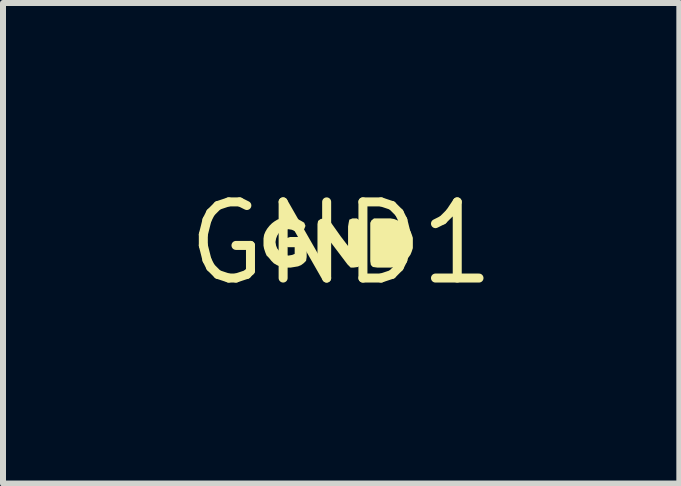
<source format=kicad_pcb>
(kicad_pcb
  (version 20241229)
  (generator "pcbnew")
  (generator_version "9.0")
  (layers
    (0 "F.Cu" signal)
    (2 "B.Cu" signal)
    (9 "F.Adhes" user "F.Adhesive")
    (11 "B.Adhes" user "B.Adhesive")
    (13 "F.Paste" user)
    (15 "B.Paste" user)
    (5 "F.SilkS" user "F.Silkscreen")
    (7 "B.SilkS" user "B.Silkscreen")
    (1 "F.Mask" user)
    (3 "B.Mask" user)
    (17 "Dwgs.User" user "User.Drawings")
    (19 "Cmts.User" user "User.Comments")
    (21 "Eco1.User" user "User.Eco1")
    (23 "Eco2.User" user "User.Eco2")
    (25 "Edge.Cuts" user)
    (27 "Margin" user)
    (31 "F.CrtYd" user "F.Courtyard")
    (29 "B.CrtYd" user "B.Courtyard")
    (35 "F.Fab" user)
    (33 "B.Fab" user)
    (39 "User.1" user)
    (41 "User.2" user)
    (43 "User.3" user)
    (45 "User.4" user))
  (footprint "GND1"
    (layer "F.Cu")
    (at 2.638 1.006)
    (property "Reference" "GND1" (at 0 0 0) (layer "F.SilkS") (effects (font (size 1.27 1.27) (thickness 0.15))))
    (fp_poly (pts (xy -0.217 -0.394) (xy -0.176 -0.353) (xy -0.006 -0.113) (xy 0.115 0.045) (xy 0.115 -0.28) (xy 0.125 -0.341) (xy 0.136 -0.394) (xy 0.189 -0.415) (xy 0.262 -0.415) (xy 0.304 -0.383) (xy 0.325 -0.331) (xy 0.325 0.3) (xy 0.315 0.362) (xy 0.282 0.395) (xy 0.21 0.405) (xy 0.158 0.405) (xy 0.106 0.353) (xy -0.195 -0.045) (xy -0.195 0.341) (xy -0.216 0.384) (xy -0.269 0.405) (xy -0.342 0.405) (xy -0.385 0.373) (xy -0.395 0.32) (xy -0.395 -0.32) (xy -0.385 -0.373) (xy -0.342 -0.405) (xy -0.28 -0.415)) (stroke (width 0) (type solid)) (fill yes) (layer "F.SilkS"))
    (fp_poly (pts (xy 0.881 -0.405) (xy 0.932 -0.385) (xy 0.982 -0.364) (xy 1.033 -0.334) (xy 1.083 -0.294) (xy 1.124 -0.253) (xy 1.154 -0.202) (xy 1.175 -0.152) (xy 1.195 -0.091) (xy 1.195 0.081) (xy 1.175 0.142) (xy 1.154 0.192) (xy 1.124 0.233) (xy 1.084 0.283) (xy 1.043 0.324) (xy 0.993 0.354) (xy 0.946 0.382) (xy 0.947 0.384) (xy 0.942 0.385) (xy 0.938 0.387) (xy 0.937 0.386) (xy 0.881 0.395) (xy 0.83 0.405) (xy 0.6 0.405) (xy 0.528 0.395) (xy 0.495 0.362) (xy 0.485 0.3) (xy 0.485 -0.341) (xy 0.506 -0.383) (xy 0.548 -0.415) (xy 0.82 -0.415)) (stroke (width 0) (type solid)) (fill yes) (layer "F.SilkS"))
    (fp_poly (pts (xy -0.779 -0.425) (xy -0.728 -0.405) (xy -0.668 -0.374) (xy -0.616 -0.343) (xy -0.595 -0.29) (xy -0.616 -0.237) (xy -0.667 -0.185) (xy -0.71 -0.175) (xy -0.821 -0.225) (xy -0.88 -0.235) (xy -0.939 -0.225) (xy -0.988 -0.206) (xy -1.036 -0.176) (xy -1.066 -0.128) (xy -1.085 -0.079) (xy -1.095 -0.02) (xy -1.085 0.039) (xy -1.066 0.087) (xy -1.026 0.137) (xy -0.987 0.176) (xy -0.939 0.195) (xy -0.88 0.205) (xy -0.821 0.195) (xy -0.775 0.177) (xy -0.775 0.065) (xy -0.892 0.065) (xy -0.935 0.033) (xy -0.935 -0.031) (xy -0.914 -0.084) (xy -0.851 -0.105) (xy -0.68 -0.105) (xy -0.618 -0.095) (xy -0.585 -0.062) (xy -0.575 -0.000414) (xy -0.575 0.23) (xy -0.585 0.292) (xy -0.627 0.334) (xy -0.668 0.364) (xy -0.719 0.385) (xy -0.779 0.395) (xy -0.84 0.405) (xy -0.961 0.405) (xy -1.022 0.385) (xy -1.072 0.364) (xy -1.123 0.334) (xy -1.164 0.293) (xy -1.204 0.243) (xy -1.244 0.203) (xy -1.265 0.152) (xy -1.285 0.091) (xy -1.295 0.04) (xy -1.295 -0.08) (xy -1.285 -0.141) (xy -1.264 -0.192) (xy -1.234 -0.243) (xy -1.194 -0.293) (xy -1.153 -0.334) (xy -1.113 -0.364) (xy -1.062 -0.395) (xy -1.002 -0.415) (xy -0.951 -0.435) (xy -0.83 -0.435)) (stroke (width 0) (type solid)) (fill yes) (layer "F.SilkS")))
  (gr_rect
    (start -3 -3)
    (end 8.276 5.012)
    (stroke (width 0.1) (type default))
    (fill no)
    (layer "Edge.Cuts")))
</source>
